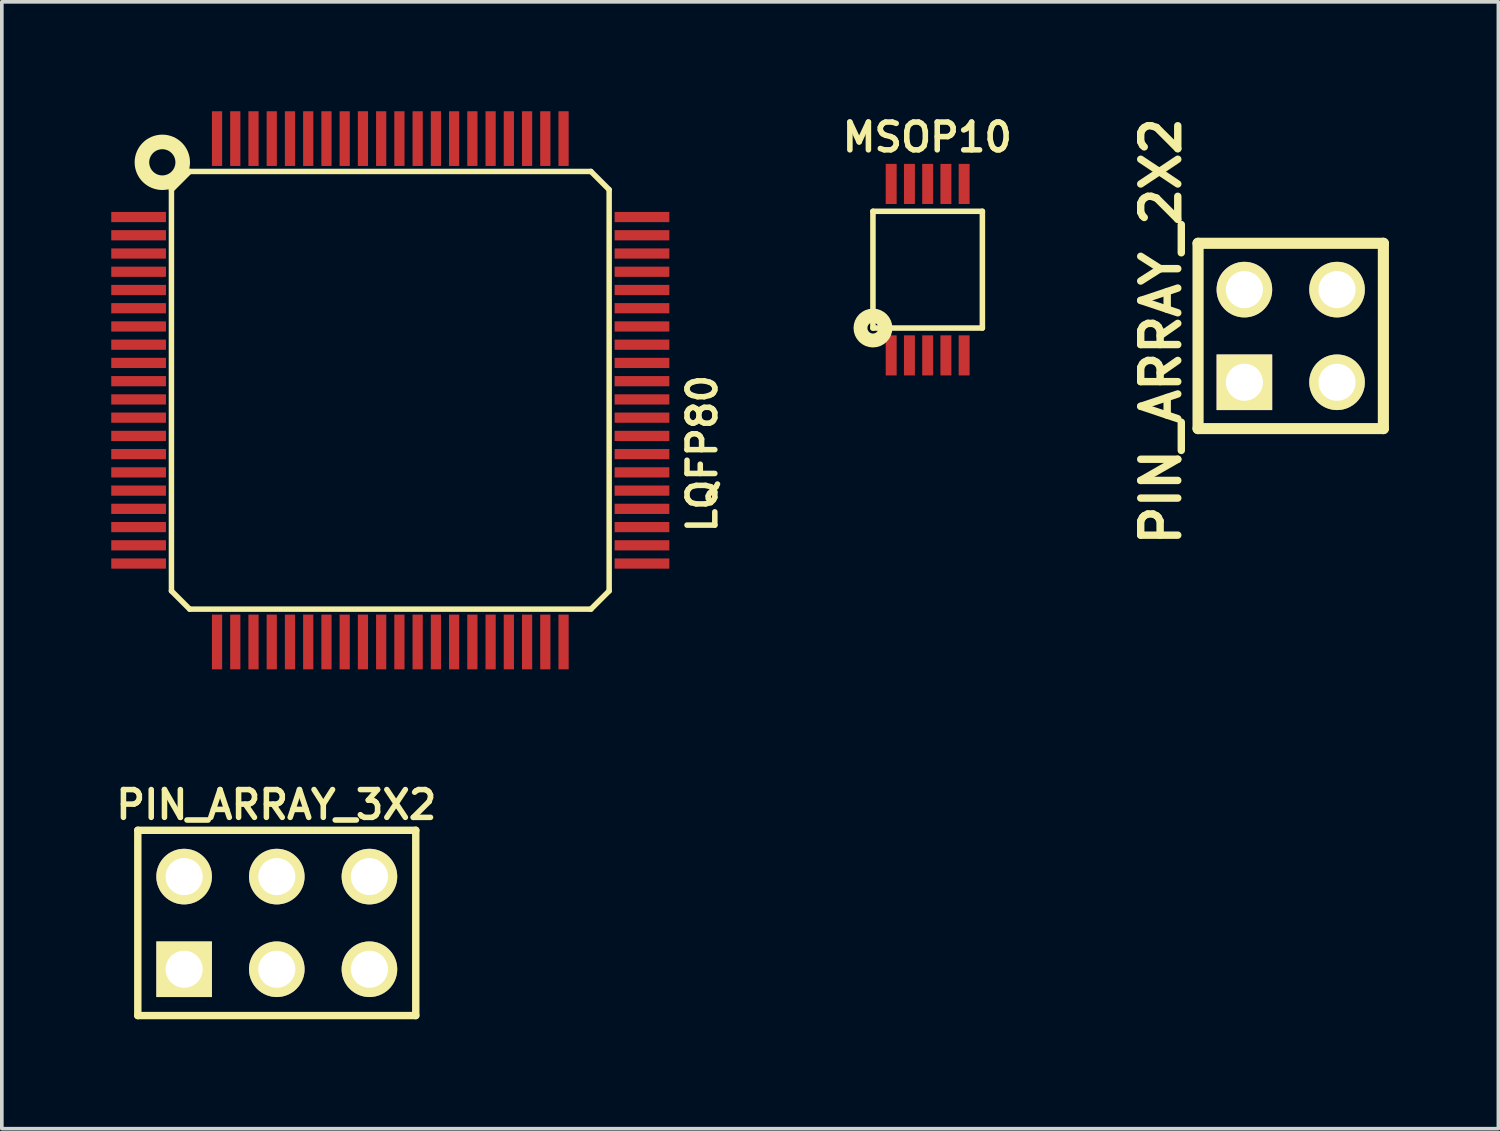
<source format=kicad_pcb>
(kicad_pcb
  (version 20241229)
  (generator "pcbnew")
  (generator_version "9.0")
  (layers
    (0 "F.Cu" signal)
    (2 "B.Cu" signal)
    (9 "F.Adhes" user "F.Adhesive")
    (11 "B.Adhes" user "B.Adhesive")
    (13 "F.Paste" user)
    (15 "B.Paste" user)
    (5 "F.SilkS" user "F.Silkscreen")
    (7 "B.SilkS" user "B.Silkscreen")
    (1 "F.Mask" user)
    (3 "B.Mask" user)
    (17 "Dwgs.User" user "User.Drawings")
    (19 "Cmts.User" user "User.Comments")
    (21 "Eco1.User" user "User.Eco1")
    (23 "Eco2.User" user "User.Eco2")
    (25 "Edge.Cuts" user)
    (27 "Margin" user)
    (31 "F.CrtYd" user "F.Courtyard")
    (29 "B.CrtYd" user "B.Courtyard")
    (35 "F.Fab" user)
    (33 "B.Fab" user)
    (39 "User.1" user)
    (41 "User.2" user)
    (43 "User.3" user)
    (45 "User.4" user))
  (footprint "PIN_ARRAY_3X2"
    (layer "F.Cu")
    (at 4.538 22.252)
    (property "Reference" "PIN_ARRAY_3X2" (at -0.013 -3.239 0) (layer "F.SilkS") (effects (font (size 0.762 0.762) (thickness 0.152))))
    (attr through_hole)
    (fp_line (start -3.81 -2.54) (end 3.81 -2.54) (stroke (width 0.203) (type solid)) (layer "F.SilkS"))
    (fp_line (start -3.81 2.54) (end -3.81 -2.54) (stroke (width 0.203) (type solid)) (layer "F.SilkS"))
    (fp_line (start 3.81 -2.54) (end 3.81 2.54) (stroke (width 0.203) (type solid)) (layer "F.SilkS"))
    (fp_line (start 3.81 2.54) (end -3.81 2.54) (stroke (width 0.203) (type solid)) (layer "F.SilkS"))
    (pad "1" thru_hole rect (at -2.54 1.27) (size 1.524 1.524) (drill 1.016) (layers "*.Cu" "*.Mask" "F.SilkS"))
    (pad "2" thru_hole circle (at -2.54 -1.27) (size 1.524 1.524) (drill 1.016) (layers "*.Cu" "*.Mask" "F.SilkS"))
    (pad "3" thru_hole circle (at 0 1.27) (size 1.524 1.524) (drill 1.016) (layers "*.Cu" "*.Mask" "F.SilkS"))
    (pad "4" thru_hole circle (at 0 -1.27) (size 1.524 1.524) (drill 1.016) (layers "*.Cu" "*.Mask" "F.SilkS"))
    (pad "5" thru_hole circle (at 2.54 1.27) (size 1.524 1.524) (drill 1.016) (layers "*.Cu" "*.Mask" "F.SilkS"))
    (pad "6" thru_hole circle (at 2.54 -1.27) (size 1.524 1.524) (drill 1.016) (layers "*.Cu" "*.Mask" "F.SilkS")))
  (footprint "MSOP10"
    (layer "F.Cu")
    (at 22.382 4.343)
    (property "Reference" "MSOP10" (at -0.01 -3.63 0) (layer "F.SilkS") (effects (font (size 0.762 0.762) (thickness 0.152))))
    (attr smd)
    (fp_line (start -1.5 -1.6) (end -1.5 1.6) (stroke (width 0.152) (type solid)) (layer "F.SilkS"))
    (fp_line (start -1.5 1.6) (end 1.5 1.6) (stroke (width 0.152) (type solid)) (layer "F.SilkS"))
    (fp_line (start 1.5 -1.6) (end -1.5 -1.6) (stroke (width 0.152) (type solid)) (layer "F.SilkS"))
    (fp_line (start 1.5 1.6) (end 1.5 -1.6) (stroke (width 0.152) (type solid)) (layer "F.SilkS"))
    (fp_circle (center -1.5 1.6) (end -1.48 1.45) (stroke (width 0.381) (type solid)) (fill no) (layer "F.SilkS"))
    (pad "1" smd rect (at -1 2.35) (size 0.3 1.1) (layers "F.Cu" "F.Mask" "F.Paste"))
    (pad "2" smd rect (at -0.5 2.35) (size 0.3 1.1) (layers "F.Cu" "F.Mask" "F.Paste"))
    (pad "3" smd rect (at 0 2.35) (size 0.3 1.1) (layers "F.Cu" "F.Mask" "F.Paste"))
    (pad "4" smd rect (at 0.5 2.35) (size 0.3 1.1) (layers "F.Cu" "F.Mask" "F.Paste"))
    (pad "5" smd rect (at 1 2.35) (size 0.3 1.1) (layers "F.Cu" "F.Mask" "F.Paste"))
    (pad "6" smd rect (at 1 -2.35) (size 0.3 1.1) (layers "F.Cu" "F.Mask" "F.Paste"))
    (pad "7" smd rect (at 0.5 -2.35) (size 0.3 1.1) (layers "F.Cu" "F.Mask" "F.Paste"))
    (pad "8" smd rect (at 0 -2.35) (size 0.3 1.1) (layers "F.Cu" "F.Mask" "F.Paste"))
    (pad "9" smd rect (at -0.5 -2.35) (size 0.3 1.1) (layers "F.Cu" "F.Mask" "F.Paste"))
    (pad "10" smd rect (at -1 -2.35) (size 0.3 1.1) (layers "F.Cu" "F.Mask" "F.Paste")))
  (footprint "PIN_ARRAY_2X2"
    (layer "F.Cu")
    (at 32.335 6.16)
    (property "Reference" "PIN_ARRAY_2X2" (at -3.556 -0.127 90) (layer "F.SilkS") (effects (font (size 1.016 1.016) (thickness 0.203))))
    (attr through_hole)
    (fp_line (start -2.54 -2.54) (end 2.54 -2.54) (stroke (width 0.305) (type solid)) (layer "F.SilkS"))
    (fp_line (start -2.54 2.54) (end -2.54 -2.54) (stroke (width 0.305) (type solid)) (layer "F.SilkS"))
    (fp_line (start 2.54 -2.54) (end 2.54 2.54) (stroke (width 0.305) (type solid)) (layer "F.SilkS"))
    (fp_line (start 2.54 2.54) (end -2.54 2.54) (stroke (width 0.305) (type solid)) (layer "F.SilkS"))
    (pad "1" thru_hole rect (at -1.27 1.27) (size 1.524 1.524) (drill 1.016) (layers "*.Cu" "*.Mask" "F.SilkS"))
    (pad "2" thru_hole circle (at -1.27 -1.27) (size 1.524 1.524) (drill 1.016) (layers "*.Cu" "*.Mask" "F.SilkS"))
    (pad "3" thru_hole circle (at 1.27 1.27) (size 1.524 1.524) (drill 1.016) (layers "*.Cu" "*.Mask" "F.SilkS"))
    (pad "4" thru_hole circle (at 1.27 -1.27) (size 1.524 1.524) (drill 1.016) (layers "*.Cu" "*.Mask" "F.SilkS")))
  (footprint "LQFP80"
    (layer "F.Cu")
    (at 7.65 7.65)
    (property "Reference" "LQFP80" (at 8.552 1.736 90) (layer "F.SilkS") (effects (font (size 0.762 0.762) (thickness 0.152))))
    (attr smd)
    (fp_line (start -6 -5.5) (end -5.5 -6) (stroke (width 0.15) (type solid)) (layer "F.SilkS"))
    (fp_line (start -6 5.5) (end -6 -5.5) (stroke (width 0.15) (type solid)) (layer "F.SilkS"))
    (fp_line (start -6 5.5) (end -5.5 6) (stroke (width 0.15) (type solid)) (layer "F.SilkS"))
    (fp_line (start -5.5 -6) (end 5.5 -6) (stroke (width 0.15) (type solid)) (layer "F.SilkS"))
    (fp_line (start 5.5 -6) (end 6 -5.5) (stroke (width 0.15) (type solid)) (layer "F.SilkS"))
    (fp_line (start 5.5 6) (end -5.5 6) (stroke (width 0.15) (type solid)) (layer "F.SilkS"))
    (fp_line (start 6 -5.5) (end 6 5.5) (stroke (width 0.15) (type solid)) (layer "F.SilkS"))
    (fp_line (start 6 5.5) (end 5.5 6) (stroke (width 0.15) (type solid)) (layer "F.SilkS"))
    (fp_circle (center -6.25 -6.25) (end -5.75 -6.5) (stroke (width 0.4) (type solid)) (fill no) (layer "F.SilkS"))
    (pad "1" smd rect (at -6.9 -4.75 90) (size 0.28 1.5) (layers "F.Cu" "F.Mask" "F.Paste"))
    (pad "2" smd rect (at -6.9 -4.25 90) (size 0.28 1.5) (layers "F.Cu" "F.Mask" "F.Paste"))
    (pad "3" smd rect (at -6.9 -3.75 90) (size 0.28 1.5) (layers "F.Cu" "F.Mask" "F.Paste"))
    (pad "4" smd rect (at -6.9 -3.25 90) (size 0.28 1.5) (layers "F.Cu" "F.Mask" "F.Paste"))
    (pad "5" smd rect (at -6.9 -2.75 90) (size 0.28 1.5) (layers "F.Cu" "F.Mask" "F.Paste"))
    (pad "6" smd rect (at -6.9 -2.25 90) (size 0.28 1.5) (layers "F.Cu" "F.Mask" "F.Paste"))
    (pad "7" smd rect (at -6.9 -1.75 90) (size 0.28 1.5) (layers "F.Cu" "F.Mask" "F.Paste"))
    (pad "8" smd rect (at -6.9 -1.25 90) (size 0.28 1.5) (layers "F.Cu" "F.Mask" "F.Paste"))
    (pad "9" smd rect (at -6.9 -0.75 90) (size 0.28 1.5) (layers "F.Cu" "F.Mask" "F.Paste"))
    (pad "10" smd rect (at -6.9 -0.25 90) (size 0.28 1.5) (layers "F.Cu" "F.Mask" "F.Paste"))
    (pad "11" smd rect (at -6.9 0.25 90) (size 0.28 1.5) (layers "F.Cu" "F.Mask" "F.Paste"))
    (pad "12" smd rect (at -6.9 0.75 90) (size 0.28 1.5) (layers "F.Cu" "F.Mask" "F.Paste"))
    (pad "13" smd rect (at -6.9 1.25 90) (size 0.28 1.5) (layers "F.Cu" "F.Mask" "F.Paste"))
    (pad "14" smd rect (at -6.9 1.75 90) (size 0.28 1.5) (layers "F.Cu" "F.Mask" "F.Paste"))
    (pad "15" smd rect (at -6.9 2.25 90) (size 0.28 1.5) (layers "F.Cu" "F.Mask" "F.Paste"))
    (pad "16" smd rect (at -6.9 2.75 90) (size 0.28 1.5) (layers "F.Cu" "F.Mask" "F.Paste"))
    (pad "17" smd rect (at -6.9 3.25 90) (size 0.28 1.5) (layers "F.Cu" "F.Mask" "F.Paste"))
    (pad "18" smd rect (at -6.9 3.75 90) (size 0.28 1.5) (layers "F.Cu" "F.Mask" "F.Paste"))
    (pad "19" smd rect (at -6.9 4.25 90) (size 0.28 1.5) (layers "F.Cu" "F.Mask" "F.Paste"))
    (pad "20" smd rect (at -6.9 4.75 90) (size 0.28 1.5) (layers "F.Cu" "F.Mask" "F.Paste"))
    (pad "21" smd rect (at -4.75 6.9) (size 0.28 1.5) (layers "F.Cu" "F.Mask" "F.Paste"))
    (pad "22" smd rect (at -4.25 6.9) (size 0.28 1.5) (layers "F.Cu" "F.Mask" "F.Paste"))
    (pad "23" smd rect (at -3.75 6.9) (size 0.28 1.5) (layers "F.Cu" "F.Mask" "F.Paste"))
    (pad "24" smd rect (at -3.25 6.9) (size 0.28 1.5) (layers "F.Cu" "F.Mask" "F.Paste"))
    (pad "25" smd rect (at -2.75 6.9) (size 0.28 1.5) (layers "F.Cu" "F.Mask" "F.Paste"))
    (pad "26" smd rect (at -2.25 6.9) (size 0.28 1.5) (layers "F.Cu" "F.Mask" "F.Paste"))
    (pad "27" smd rect (at -1.75 6.9) (size 0.28 1.5) (layers "F.Cu" "F.Mask" "F.Paste"))
    (pad "28" smd rect (at -1.25 6.9) (size 0.28 1.5) (layers "F.Cu" "F.Mask" "F.Paste"))
    (pad "29" smd rect (at -0.75 6.9) (size 0.28 1.5) (layers "F.Cu" "F.Mask" "F.Paste"))
    (pad "30" smd rect (at -0.25 6.9) (size 0.28 1.5) (layers "F.Cu" "F.Mask" "F.Paste"))
    (pad "31" smd rect (at 0.25 6.9) (size 0.28 1.5) (layers "F.Cu" "F.Mask" "F.Paste"))
    (pad "32" smd rect (at 0.75 6.9) (size 0.28 1.5) (layers "F.Cu" "F.Mask" "F.Paste"))
    (pad "33" smd rect (at 1.25 6.9) (size 0.28 1.5) (layers "F.Cu" "F.Mask" "F.Paste"))
    (pad "34" smd rect (at 1.75 6.9) (size 0.28 1.5) (layers "F.Cu" "F.Mask" "F.Paste"))
    (pad "35" smd rect (at 2.25 6.9) (size 0.28 1.5) (layers "F.Cu" "F.Mask" "F.Paste"))
    (pad "36" smd rect (at 2.75 6.9) (size 0.28 1.5) (layers "F.Cu" "F.Mask" "F.Paste"))
    (pad "37" smd rect (at 3.25 6.9) (size 0.28 1.5) (layers "F.Cu" "F.Mask" "F.Paste"))
    (pad "38" smd rect (at 3.75 6.9) (size 0.28 1.5) (layers "F.Cu" "F.Mask" "F.Paste"))
    (pad "39" smd rect (at 4.25 6.9) (size 0.28 1.5) (layers "F.Cu" "F.Mask" "F.Paste"))
    (pad "40" smd rect (at 4.75 6.9) (size 0.28 1.5) (layers "F.Cu" "F.Mask" "F.Paste"))
    (pad "41" smd rect (at 6.9 4.75 270) (size 0.28 1.5) (layers "F.Cu" "F.Mask" "F.Paste"))
    (pad "42" smd rect (at 6.9 4.25 270) (size 0.28 1.5) (layers "F.Cu" "F.Mask" "F.Paste"))
    (pad "43" smd rect (at 6.9 3.75 270) (size 0.28 1.5) (layers "F.Cu" "F.Mask" "F.Paste"))
    (pad "44" smd rect (at 6.9 3.25 270) (size 0.28 1.5) (layers "F.Cu" "F.Mask" "F.Paste"))
    (pad "45" smd rect (at 6.9 2.75 270) (size 0.28 1.5) (layers "F.Cu" "F.Mask" "F.Paste"))
    (pad "46" smd rect (at 6.9 2.25 270) (size 0.28 1.5) (layers "F.Cu" "F.Mask" "F.Paste"))
    (pad "47" smd rect (at 6.9 1.75 270) (size 0.28 1.5) (layers "F.Cu" "F.Mask" "F.Paste"))
    (pad "48" smd rect (at 6.9 1.25 270) (size 0.28 1.5) (layers "F.Cu" "F.Mask" "F.Paste"))
    (pad "49" smd rect (at 6.9 0.75 270) (size 0.28 1.5) (layers "F.Cu" "F.Mask" "F.Paste"))
    (pad "50" smd rect (at 6.9 0.25 270) (size 0.28 1.5) (layers "F.Cu" "F.Mask" "F.Paste"))
    (pad "51" smd rect (at 6.9 -0.25 270) (size 0.28 1.5) (layers "F.Cu" "F.Mask" "F.Paste"))
    (pad "52" smd rect (at 6.9 -0.75 270) (size 0.28 1.5) (layers "F.Cu" "F.Mask" "F.Paste"))
    (pad "53" smd rect (at 6.9 -1.25 270) (size 0.28 1.5) (layers "F.Cu" "F.Mask" "F.Paste"))
    (pad "54" smd rect (at 6.9 -1.75 270) (size 0.28 1.5) (layers "F.Cu" "F.Mask" "F.Paste"))
    (pad "55" smd rect (at 6.9 -2.25 270) (size 0.28 1.5) (layers "F.Cu" "F.Mask" "F.Paste"))
    (pad "56" smd rect (at 6.9 -2.75 270) (size 0.28 1.5) (layers "F.Cu" "F.Mask" "F.Paste"))
    (pad "57" smd rect (at 6.9 -3.25 270) (size 0.28 1.5) (layers "F.Cu" "F.Mask" "F.Paste"))
    (pad "58" smd rect (at 6.9 -3.75 270) (size 0.28 1.5) (layers "F.Cu" "F.Mask" "F.Paste"))
    (pad "59" smd rect (at 6.9 -4.25 270) (size 0.28 1.5) (layers "F.Cu" "F.Mask" "F.Paste"))
    (pad "60" smd rect (at 6.9 -4.75 270) (size 0.28 1.5) (layers "F.Cu" "F.Mask" "F.Paste"))
    (pad "61" smd rect (at 4.75 -6.9 180) (size 0.28 1.5) (layers "F.Cu" "F.Mask" "F.Paste"))
    (pad "62" smd rect (at 4.25 -6.9 180) (size 0.28 1.5) (layers "F.Cu" "F.Mask" "F.Paste"))
    (pad "63" smd rect (at 3.75 -6.9 180) (size 0.28 1.5) (layers "F.Cu" "F.Mask" "F.Paste"))
    (pad "64" smd rect (at 3.25 -6.9 180) (size 0.28 1.5) (layers "F.Cu" "F.Mask" "F.Paste"))
    (pad "65" smd rect (at 2.75 -6.9 180) (size 0.28 1.5) (layers "F.Cu" "F.Mask" "F.Paste"))
    (pad "66" smd rect (at 2.25 -6.9 180) (size 0.28 1.5) (layers "F.Cu" "F.Mask" "F.Paste"))
    (pad "67" smd rect (at 1.75 -6.9 180) (size 0.28 1.5) (layers "F.Cu" "F.Mask" "F.Paste"))
    (pad "68" smd rect (at 1.25 -6.9 180) (size 0.28 1.5) (layers "F.Cu" "F.Mask" "F.Paste"))
    (pad "69" smd rect (at 0.75 -6.9 180) (size 0.28 1.5) (layers "F.Cu" "F.Mask" "F.Paste"))
    (pad "70" smd rect (at 0.25 -6.9 180) (size 0.28 1.5) (layers "F.Cu" "F.Mask" "F.Paste"))
    (pad "71" smd rect (at -0.25 -6.9 180) (size 0.28 1.5) (layers "F.Cu" "F.Mask" "F.Paste"))
    (pad "72" smd rect (at -0.75 -6.9 180) (size 0.28 1.5) (layers "F.Cu" "F.Mask" "F.Paste"))
    (pad "73" smd rect (at -1.25 -6.9 180) (size 0.28 1.5) (layers "F.Cu" "F.Mask" "F.Paste"))
    (pad "74" smd rect (at -1.75 -6.9 180) (size 0.28 1.5) (layers "F.Cu" "F.Mask" "F.Paste"))
    (pad "75" smd rect (at -2.25 -6.9 180) (size 0.28 1.5) (layers "F.Cu" "F.Mask" "F.Paste"))
    (pad "76" smd rect (at -2.75 -6.9 180) (size 0.28 1.5) (layers "F.Cu" "F.Mask" "F.Paste"))
    (pad "77" smd rect (at -3.25 -6.9 180) (size 0.28 1.5) (layers "F.Cu" "F.Mask" "F.Paste"))
    (pad "78" smd rect (at -3.75 -6.9 180) (size 0.28 1.5) (layers "F.Cu" "F.Mask" "F.Paste"))
    (pad "79" smd rect (at -4.25 -6.9 180) (size 0.28 1.5) (layers "F.Cu" "F.Mask" "F.Paste"))
    (pad "80" smd rect (at -4.75 -6.9 180) (size 0.28 1.5) (layers "F.Cu" "F.Mask" "F.Paste")))
  (gr_rect
    (start -3 -3)
    (end 38.028 27.893)
    (stroke (width 0.1) (type default))
    (fill no)
    (layer "Edge.Cuts")))
</source>
